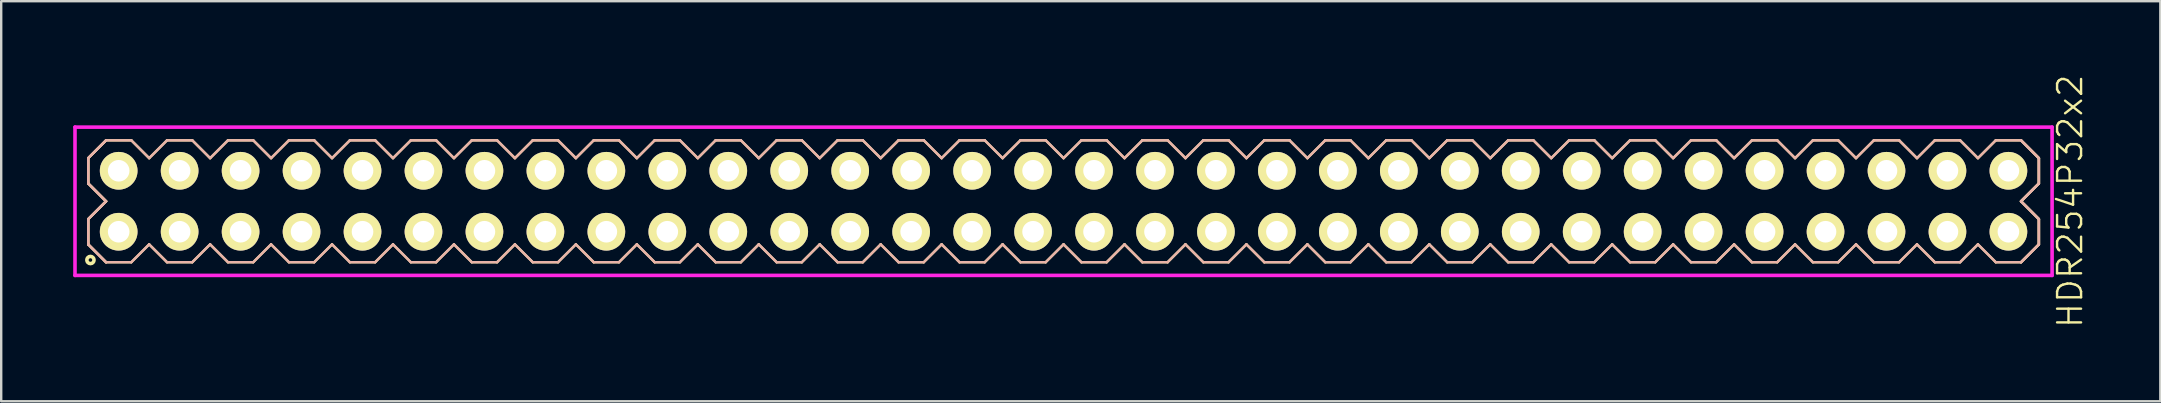
<source format=kicad_pcb>
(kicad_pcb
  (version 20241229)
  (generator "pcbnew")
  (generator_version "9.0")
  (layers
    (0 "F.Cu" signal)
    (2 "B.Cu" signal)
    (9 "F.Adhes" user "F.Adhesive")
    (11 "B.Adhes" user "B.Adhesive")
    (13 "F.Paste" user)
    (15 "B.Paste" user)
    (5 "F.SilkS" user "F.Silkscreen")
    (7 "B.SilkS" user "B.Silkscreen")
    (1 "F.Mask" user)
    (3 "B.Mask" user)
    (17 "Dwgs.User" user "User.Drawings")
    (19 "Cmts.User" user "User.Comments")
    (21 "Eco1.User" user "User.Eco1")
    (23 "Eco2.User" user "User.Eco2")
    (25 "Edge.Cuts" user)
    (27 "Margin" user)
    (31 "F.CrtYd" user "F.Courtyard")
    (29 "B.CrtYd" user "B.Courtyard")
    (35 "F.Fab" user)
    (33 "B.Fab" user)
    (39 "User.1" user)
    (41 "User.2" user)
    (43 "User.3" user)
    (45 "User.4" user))
  (footprint "HDR254P32x2"
    (layer "F.Cu")
    (at 41.265 5.336)
    (property "Reference" "HDR254P32x2" (at 41.94 0 90) (layer "F.SilkS") (effects (font (size 1 1) (thickness 0.1))))
    (attr through_hole)
    (fp_line (start -40.64 -1.796) (end -39.896 -2.54) (stroke (width 0.1) (type solid)) (layer "F.SilkS"))
    (fp_line (start -40.64 -1.796) (end -39.896 -2.54) (stroke (width 0.1) (type solid)) (layer "F.SilkS"))
    (fp_line (start -40.64 -0.744) (end -40.64 -1.796) (stroke (width 0.1) (type solid)) (layer "F.SilkS"))
    (fp_line (start -40.64 -0.744) (end -40.64 -1.796) (stroke (width 0.1) (type solid)) (layer "F.SilkS"))
    (fp_line (start -40.64 0.744) (end -39.896 0) (stroke (width 0.1) (type solid)) (layer "F.SilkS"))
    (fp_line (start -40.64 0.744) (end -39.896 0) (stroke (width 0.1) (type solid)) (layer "F.SilkS"))
    (fp_line (start -40.64 1.796) (end -40.64 0.744) (stroke (width 0.1) (type solid)) (layer "F.SilkS"))
    (fp_line (start -40.64 1.796) (end -40.64 0.744) (stroke (width 0.1) (type solid)) (layer "F.SilkS"))
    (fp_line (start -39.896 -2.54) (end -38.844 -2.54) (stroke (width 0.1) (type solid)) (layer "F.SilkS"))
    (fp_line (start -39.896 0) (end -40.64 -0.744) (stroke (width 0.1) (type solid)) (layer "F.SilkS"))
    (fp_line (start -39.896 0) (end -40.64 -0.744) (stroke (width 0.1) (type solid)) (layer "F.SilkS"))
    (fp_line (start -39.896 2.54) (end -40.64 1.796) (stroke (width 0.1) (type solid)) (layer "F.SilkS"))
    (fp_line (start -39.896 2.54) (end -40.64 1.796) (stroke (width 0.1) (type solid)) (layer "F.SilkS"))
    (fp_line (start -38.844 -2.54) (end -38.1 -1.796) (stroke (width 0.1) (type solid)) (layer "F.SilkS"))
    (fp_line (start -38.844 2.54) (end -39.896 2.54) (stroke (width 0.1) (type solid)) (layer "F.SilkS"))
    (fp_line (start -38.1 -1.796) (end -37.356 -2.54) (stroke (width 0.1) (type solid)) (layer "F.SilkS"))
    (fp_line (start -38.1 1.796) (end -38.844 2.54) (stroke (width 0.1) (type solid)) (layer "F.SilkS"))
    (fp_line (start -37.356 -2.54) (end -36.304 -2.54) (stroke (width 0.1) (type solid)) (layer "F.SilkS"))
    (fp_line (start -37.356 2.54) (end -38.1 1.796) (stroke (width 0.1) (type solid)) (layer "F.SilkS"))
    (fp_line (start -36.304 -2.54) (end -35.56 -1.796) (stroke (width 0.1) (type solid)) (layer "F.SilkS"))
    (fp_line (start -36.304 2.54) (end -37.356 2.54) (stroke (width 0.1) (type solid)) (layer "F.SilkS"))
    (fp_line (start -35.56 -1.796) (end -34.816 -2.54) (stroke (width 0.1) (type solid)) (layer "F.SilkS"))
    (fp_line (start -35.56 1.796) (end -36.304 2.54) (stroke (width 0.1) (type solid)) (layer "F.SilkS"))
    (fp_line (start -34.816 -2.54) (end -33.764 -2.54) (stroke (width 0.1) (type solid)) (layer "F.SilkS"))
    (fp_line (start -34.816 2.54) (end -35.56 1.796) (stroke (width 0.1) (type solid)) (layer "F.SilkS"))
    (fp_line (start -33.764 -2.54) (end -33.02 -1.796) (stroke (width 0.1) (type solid)) (layer "F.SilkS"))
    (fp_line (start -33.764 2.54) (end -34.816 2.54) (stroke (width 0.1) (type solid)) (layer "F.SilkS"))
    (fp_line (start -33.02 -1.796) (end -32.276 -2.54) (stroke (width 0.1) (type solid)) (layer "F.SilkS"))
    (fp_line (start -33.02 1.796) (end -33.764 2.54) (stroke (width 0.1) (type solid)) (layer "F.SilkS"))
    (fp_line (start -32.276 -2.54) (end -31.224 -2.54) (stroke (width 0.1) (type solid)) (layer "F.SilkS"))
    (fp_line (start -32.276 2.54) (end -33.02 1.796) (stroke (width 0.1) (type solid)) (layer "F.SilkS"))
    (fp_line (start -31.224 -2.54) (end -30.48 -1.796) (stroke (width 0.1) (type solid)) (layer "F.SilkS"))
    (fp_line (start -31.224 2.54) (end -32.276 2.54) (stroke (width 0.1) (type solid)) (layer "F.SilkS"))
    (fp_line (start -30.48 -1.796) (end -29.736 -2.54) (stroke (width 0.1) (type solid)) (layer "F.SilkS"))
    (fp_line (start -30.48 1.796) (end -31.224 2.54) (stroke (width 0.1) (type solid)) (layer "F.SilkS"))
    (fp_line (start -29.736 -2.54) (end -28.684 -2.54) (stroke (width 0.1) (type solid)) (layer "F.SilkS"))
    (fp_line (start -29.736 2.54) (end -30.48 1.796) (stroke (width 0.1) (type solid)) (layer "F.SilkS"))
    (fp_line (start -28.684 -2.54) (end -27.94 -1.796) (stroke (width 0.1) (type solid)) (layer "F.SilkS"))
    (fp_line (start -28.684 2.54) (end -29.736 2.54) (stroke (width 0.1) (type solid)) (layer "F.SilkS"))
    (fp_line (start -27.94 -1.796) (end -27.196 -2.54) (stroke (width 0.1) (type solid)) (layer "F.SilkS"))
    (fp_line (start -27.94 1.796) (end -28.684 2.54) (stroke (width 0.1) (type solid)) (layer "F.SilkS"))
    (fp_line (start -27.196 -2.54) (end -26.144 -2.54) (stroke (width 0.1) (type solid)) (layer "F.SilkS"))
    (fp_line (start -27.196 2.54) (end -27.94 1.796) (stroke (width 0.1) (type solid)) (layer "F.SilkS"))
    (fp_line (start -26.144 -2.54) (end -25.4 -1.796) (stroke (width 0.1) (type solid)) (layer "F.SilkS"))
    (fp_line (start -26.144 2.54) (end -27.196 2.54) (stroke (width 0.1) (type solid)) (layer "F.SilkS"))
    (fp_line (start -25.4 -1.796) (end -24.656 -2.54) (stroke (width 0.1) (type solid)) (layer "F.SilkS"))
    (fp_line (start -25.4 1.796) (end -26.144 2.54) (stroke (width 0.1) (type solid)) (layer "F.SilkS"))
    (fp_line (start -24.656 -2.54) (end -23.604 -2.54) (stroke (width 0.1) (type solid)) (layer "F.SilkS"))
    (fp_line (start -24.656 2.54) (end -25.4 1.796) (stroke (width 0.1) (type solid)) (layer "F.SilkS"))
    (fp_line (start -23.604 -2.54) (end -22.86 -1.796) (stroke (width 0.1) (type solid)) (layer "F.SilkS"))
    (fp_line (start -23.604 2.54) (end -24.656 2.54) (stroke (width 0.1) (type solid)) (layer "F.SilkS"))
    (fp_line (start -22.86 -1.796) (end -22.116 -2.54) (stroke (width 0.1) (type solid)) (layer "F.SilkS"))
    (fp_line (start -22.86 1.796) (end -23.604 2.54) (stroke (width 0.1) (type solid)) (layer "F.SilkS"))
    (fp_line (start -22.116 -2.54) (end -21.064 -2.54) (stroke (width 0.1) (type solid)) (layer "F.SilkS"))
    (fp_line (start -22.116 2.54) (end -22.86 1.796) (stroke (width 0.1) (type solid)) (layer "F.SilkS"))
    (fp_line (start -21.064 -2.54) (end -20.32 -1.796) (stroke (width 0.1) (type solid)) (layer "F.SilkS"))
    (fp_line (start -21.064 2.54) (end -22.116 2.54) (stroke (width 0.1) (type solid)) (layer "F.SilkS"))
    (fp_line (start -20.32 -1.796) (end -19.576 -2.54) (stroke (width 0.1) (type solid)) (layer "F.SilkS"))
    (fp_line (start -20.32 1.796) (end -21.064 2.54) (stroke (width 0.1) (type solid)) (layer "F.SilkS"))
    (fp_line (start -19.576 -2.54) (end -18.524 -2.54) (stroke (width 0.1) (type solid)) (layer "F.SilkS"))
    (fp_line (start -19.576 2.54) (end -20.32 1.796) (stroke (width 0.1) (type solid)) (layer "F.SilkS"))
    (fp_line (start -18.524 -2.54) (end -17.78 -1.796) (stroke (width 0.1) (type solid)) (layer "F.SilkS"))
    (fp_line (start -18.524 2.54) (end -19.576 2.54) (stroke (width 0.1) (type solid)) (layer "F.SilkS"))
    (fp_line (start -17.78 -1.796) (end -17.036 -2.54) (stroke (width 0.1) (type solid)) (layer "F.SilkS"))
    (fp_line (start -17.78 1.796) (end -18.524 2.54) (stroke (width 0.1) (type solid)) (layer "F.SilkS"))
    (fp_line (start -17.036 -2.54) (end -15.984 -2.54) (stroke (width 0.1) (type solid)) (layer "F.SilkS"))
    (fp_line (start -17.036 2.54) (end -17.78 1.796) (stroke (width 0.1) (type solid)) (layer "F.SilkS"))
    (fp_line (start -15.984 -2.54) (end -15.24 -1.796) (stroke (width 0.1) (type solid)) (layer "F.SilkS"))
    (fp_line (start -15.984 2.54) (end -17.036 2.54) (stroke (width 0.1) (type solid)) (layer "F.SilkS"))
    (fp_line (start -15.24 -1.796) (end -14.496 -2.54) (stroke (width 0.1) (type solid)) (layer "F.SilkS"))
    (fp_line (start -15.24 1.796) (end -15.984 2.54) (stroke (width 0.1) (type solid)) (layer "F.SilkS"))
    (fp_line (start -14.496 -2.54) (end -13.444 -2.54) (stroke (width 0.1) (type solid)) (layer "F.SilkS"))
    (fp_line (start -14.496 2.54) (end -15.24 1.796) (stroke (width 0.1) (type solid)) (layer "F.SilkS"))
    (fp_line (start -13.444 -2.54) (end -12.7 -1.796) (stroke (width 0.1) (type solid)) (layer "F.SilkS"))
    (fp_line (start -13.444 2.54) (end -14.496 2.54) (stroke (width 0.1) (type solid)) (layer "F.SilkS"))
    (fp_line (start -12.7 -1.796) (end -11.956 -2.54) (stroke (width 0.1) (type solid)) (layer "F.SilkS"))
    (fp_line (start -12.7 1.796) (end -13.444 2.54) (stroke (width 0.1) (type solid)) (layer "F.SilkS"))
    (fp_line (start -11.956 -2.54) (end -10.904 -2.54) (stroke (width 0.1) (type solid)) (layer "F.SilkS"))
    (fp_line (start -11.956 2.54) (end -12.7 1.796) (stroke (width 0.1) (type solid)) (layer "F.SilkS"))
    (fp_line (start -10.904 -2.54) (end -10.16 -1.796) (stroke (width 0.1) (type solid)) (layer "F.SilkS"))
    (fp_line (start -10.904 2.54) (end -11.956 2.54) (stroke (width 0.1) (type solid)) (layer "F.SilkS"))
    (fp_line (start -10.16 -1.796) (end -9.416 -2.54) (stroke (width 0.1) (type solid)) (layer "F.SilkS"))
    (fp_line (start -10.16 1.796) (end -10.904 2.54) (stroke (width 0.1) (type solid)) (layer "F.SilkS"))
    (fp_line (start -9.416 -2.54) (end -8.364 -2.54) (stroke (width 0.1) (type solid)) (layer "F.SilkS"))
    (fp_line (start -9.416 2.54) (end -10.16 1.796) (stroke (width 0.1) (type solid)) (layer "F.SilkS"))
    (fp_line (start -8.364 -2.54) (end -7.62 -1.796) (stroke (width 0.1) (type solid)) (layer "F.SilkS"))
    (fp_line (start -8.364 2.54) (end -9.416 2.54) (stroke (width 0.1) (type solid)) (layer "F.SilkS"))
    (fp_line (start -7.62 -1.796) (end -6.876 -2.54) (stroke (width 0.1) (type solid)) (layer "F.SilkS"))
    (fp_line (start -7.62 1.796) (end -8.364 2.54) (stroke (width 0.1) (type solid)) (layer "F.SilkS"))
    (fp_line (start -6.876 -2.54) (end -5.824 -2.54) (stroke (width 0.1) (type solid)) (layer "F.SilkS"))
    (fp_line (start -6.876 2.54) (end -7.62 1.796) (stroke (width 0.1) (type solid)) (layer "F.SilkS"))
    (fp_line (start -5.824 -2.54) (end -5.08 -1.796) (stroke (width 0.1) (type solid)) (layer "F.SilkS"))
    (fp_line (start -5.824 2.54) (end -6.876 2.54) (stroke (width 0.1) (type solid)) (layer "F.SilkS"))
    (fp_line (start -5.08 -1.796) (end -4.336 -2.54) (stroke (width 0.1) (type solid)) (layer "F.SilkS"))
    (fp_line (start -5.08 1.796) (end -5.824 2.54) (stroke (width 0.1) (type solid)) (layer "F.SilkS"))
    (fp_line (start -4.336 -2.54) (end -3.284 -2.54) (stroke (width 0.1) (type solid)) (layer "F.SilkS"))
    (fp_line (start -4.336 2.54) (end -5.08 1.796) (stroke (width 0.1) (type solid)) (layer "F.SilkS"))
    (fp_line (start -3.284 -2.54) (end -2.54 -1.796) (stroke (width 0.1) (type solid)) (layer "F.SilkS"))
    (fp_line (start -3.284 2.54) (end -4.336 2.54) (stroke (width 0.1) (type solid)) (layer "F.SilkS"))
    (fp_line (start -2.54 -1.796) (end -1.796 -2.54) (stroke (width 0.1) (type solid)) (layer "F.SilkS"))
    (fp_line (start -2.54 1.796) (end -3.284 2.54) (stroke (width 0.1) (type solid)) (layer "F.SilkS"))
    (fp_line (start -1.796 -2.54) (end -0.744 -2.54) (stroke (width 0.1) (type solid)) (layer "F.SilkS"))
    (fp_line (start -1.796 2.54) (end -2.54 1.796) (stroke (width 0.1) (type solid)) (layer "F.SilkS"))
    (fp_line (start -0.744 -2.54) (end 0 -1.796) (stroke (width 0.1) (type solid)) (layer "F.SilkS"))
    (fp_line (start -0.744 2.54) (end -1.796 2.54) (stroke (width 0.1) (type solid)) (layer "F.SilkS"))
    (fp_line (start 0 -1.796) (end 0.744 -2.54) (stroke (width 0.1) (type solid)) (layer "F.SilkS"))
    (fp_line (start 0 1.796) (end -0.744 2.54) (stroke (width 0.1) (type solid)) (layer "F.SilkS"))
    (fp_line (start 0.744 -2.54) (end 1.796 -2.54) (stroke (width 0.1) (type solid)) (layer "F.SilkS"))
    (fp_line (start 0.744 2.54) (end 0 1.796) (stroke (width 0.1) (type solid)) (layer "F.SilkS"))
    (fp_line (start 1.796 -2.54) (end 2.54 -1.796) (stroke (width 0.1) (type solid)) (layer "F.SilkS"))
    (fp_line (start 1.796 2.54) (end 0.744 2.54) (stroke (width 0.1) (type solid)) (layer "F.SilkS"))
    (fp_line (start 2.54 -1.796) (end 3.284 -2.54) (stroke (width 0.1) (type solid)) (layer "F.SilkS"))
    (fp_line (start 2.54 1.796) (end 1.796 2.54) (stroke (width 0.1) (type solid)) (layer "F.SilkS"))
    (fp_line (start 3.284 -2.54) (end 4.336 -2.54) (stroke (width 0.1) (type solid)) (layer "F.SilkS"))
    (fp_line (start 3.284 2.54) (end 2.54 1.796) (stroke (width 0.1) (type solid)) (layer "F.SilkS"))
    (fp_line (start 4.336 -2.54) (end 5.08 -1.796) (stroke (width 0.1) (type solid)) (layer "F.SilkS"))
    (fp_line (start 4.336 2.54) (end 3.284 2.54) (stroke (width 0.1) (type solid)) (layer "F.SilkS"))
    (fp_line (start 5.08 -1.796) (end 5.824 -2.54) (stroke (width 0.1) (type solid)) (layer "F.SilkS"))
    (fp_line (start 5.08 1.796) (end 4.336 2.54) (stroke (width 0.1) (type solid)) (layer "F.SilkS"))
    (fp_line (start 5.824 -2.54) (end 6.876 -2.54) (stroke (width 0.1) (type solid)) (layer "F.SilkS"))
    (fp_line (start 5.824 2.54) (end 5.08 1.796) (stroke (width 0.1) (type solid)) (layer "F.SilkS"))
    (fp_line (start 6.876 -2.54) (end 7.62 -1.796) (stroke (width 0.1) (type solid)) (layer "F.SilkS"))
    (fp_line (start 6.876 2.54) (end 5.824 2.54) (stroke (width 0.1) (type solid)) (layer "F.SilkS"))
    (fp_line (start 7.62 -1.796) (end 8.364 -2.54) (stroke (width 0.1) (type solid)) (layer "F.SilkS"))
    (fp_line (start 7.62 1.796) (end 6.876 2.54) (stroke (width 0.1) (type solid)) (layer "F.SilkS"))
    (fp_line (start 8.364 -2.54) (end 9.416 -2.54) (stroke (width 0.1) (type solid)) (layer "F.SilkS"))
    (fp_line (start 8.364 2.54) (end 7.62 1.796) (stroke (width 0.1) (type solid)) (layer "F.SilkS"))
    (fp_line (start 9.416 -2.54) (end 10.16 -1.796) (stroke (width 0.1) (type solid)) (layer "F.SilkS"))
    (fp_line (start 9.416 2.54) (end 8.364 2.54) (stroke (width 0.1) (type solid)) (layer "F.SilkS"))
    (fp_line (start 10.16 -1.796) (end 10.904 -2.54) (stroke (width 0.1) (type solid)) (layer "F.SilkS"))
    (fp_line (start 10.16 1.796) (end 9.416 2.54) (stroke (width 0.1) (type solid)) (layer "F.SilkS"))
    (fp_line (start 10.904 -2.54) (end 11.956 -2.54) (stroke (width 0.1) (type solid)) (layer "F.SilkS"))
    (fp_line (start 10.904 2.54) (end 10.16 1.796) (stroke (width 0.1) (type solid)) (layer "F.SilkS"))
    (fp_line (start 11.956 -2.54) (end 12.7 -1.796) (stroke (width 0.1) (type solid)) (layer "F.SilkS"))
    (fp_line (start 11.956 2.54) (end 10.904 2.54) (stroke (width 0.1) (type solid)) (layer "F.SilkS"))
    (fp_line (start 12.7 -1.796) (end 13.444 -2.54) (stroke (width 0.1) (type solid)) (layer "F.SilkS"))
    (fp_line (start 12.7 1.796) (end 11.956 2.54) (stroke (width 0.1) (type solid)) (layer "F.SilkS"))
    (fp_line (start 13.444 -2.54) (end 14.496 -2.54) (stroke (width 0.1) (type solid)) (layer "F.SilkS"))
    (fp_line (start 13.444 2.54) (end 12.7 1.796) (stroke (width 0.1) (type solid)) (layer "F.SilkS"))
    (fp_line (start 14.496 -2.54) (end 15.24 -1.796) (stroke (width 0.1) (type solid)) (layer "F.SilkS"))
    (fp_line (start 14.496 2.54) (end 13.444 2.54) (stroke (width 0.1) (type solid)) (layer "F.SilkS"))
    (fp_line (start 15.24 -1.796) (end 15.984 -2.54) (stroke (width 0.1) (type solid)) (layer "F.SilkS"))
    (fp_line (start 15.24 1.796) (end 14.496 2.54) (stroke (width 0.1) (type solid)) (layer "F.SilkS"))
    (fp_line (start 15.984 -2.54) (end 17.036 -2.54) (stroke (width 0.1) (type solid)) (layer "F.SilkS"))
    (fp_line (start 15.984 2.54) (end 15.24 1.796) (stroke (width 0.1) (type solid)) (layer "F.SilkS"))
    (fp_line (start 17.036 -2.54) (end 17.78 -1.796) (stroke (width 0.1) (type solid)) (layer "F.SilkS"))
    (fp_line (start 17.036 2.54) (end 15.984 2.54) (stroke (width 0.1) (type solid)) (layer "F.SilkS"))
    (fp_line (start 17.78 -1.796) (end 18.524 -2.54) (stroke (width 0.1) (type solid)) (layer "F.SilkS"))
    (fp_line (start 17.78 1.796) (end 17.036 2.54) (stroke (width 0.1) (type solid)) (layer "F.SilkS"))
    (fp_line (start 18.524 -2.54) (end 19.576 -2.54) (stroke (width 0.1) (type solid)) (layer "F.SilkS"))
    (fp_line (start 18.524 2.54) (end 17.78 1.796) (stroke (width 0.1) (type solid)) (layer "F.SilkS"))
    (fp_line (start 19.576 -2.54) (end 20.32 -1.796) (stroke (width 0.1) (type solid)) (layer "F.SilkS"))
    (fp_line (start 19.576 2.54) (end 18.524 2.54) (stroke (width 0.1) (type solid)) (layer "F.SilkS"))
    (fp_line (start 20.32 -1.796) (end 21.064 -2.54) (stroke (width 0.1) (type solid)) (layer "F.SilkS"))
    (fp_line (start 20.32 1.796) (end 19.576 2.54) (stroke (width 0.1) (type solid)) (layer "F.SilkS"))
    (fp_line (start 21.064 -2.54) (end 22.116 -2.54) (stroke (width 0.1) (type solid)) (layer "F.SilkS"))
    (fp_line (start 21.064 2.54) (end 20.32 1.796) (stroke (width 0.1) (type solid)) (layer "F.SilkS"))
    (fp_line (start 22.116 -2.54) (end 22.86 -1.796) (stroke (width 0.1) (type solid)) (layer "F.SilkS"))
    (fp_line (start 22.116 2.54) (end 21.064 2.54) (stroke (width 0.1) (type solid)) (layer "F.SilkS"))
    (fp_line (start 22.86 -1.796) (end 23.604 -2.54) (stroke (width 0.1) (type solid)) (layer "F.SilkS"))
    (fp_line (start 22.86 1.796) (end 22.116 2.54) (stroke (width 0.1) (type solid)) (layer "F.SilkS"))
    (fp_line (start 23.604 -2.54) (end 24.656 -2.54) (stroke (width 0.1) (type solid)) (layer "F.SilkS"))
    (fp_line (start 23.604 2.54) (end 22.86 1.796) (stroke (width 0.1) (type solid)) (layer "F.SilkS"))
    (fp_line (start 24.656 -2.54) (end 25.4 -1.796) (stroke (width 0.1) (type solid)) (layer "F.SilkS"))
    (fp_line (start 24.656 2.54) (end 23.604 2.54) (stroke (width 0.1) (type solid)) (layer "F.SilkS"))
    (fp_line (start 25.4 -1.796) (end 26.144 -2.54) (stroke (width 0.1) (type solid)) (layer "F.SilkS"))
    (fp_line (start 25.4 1.796) (end 24.656 2.54) (stroke (width 0.1) (type solid)) (layer "F.SilkS"))
    (fp_line (start 26.144 -2.54) (end 27.196 -2.54) (stroke (width 0.1) (type solid)) (layer "F.SilkS"))
    (fp_line (start 26.144 2.54) (end 25.4 1.796) (stroke (width 0.1) (type solid)) (layer "F.SilkS"))
    (fp_line (start 27.196 -2.54) (end 27.94 -1.796) (stroke (width 0.1) (type solid)) (layer "F.SilkS"))
    (fp_line (start 27.196 2.54) (end 26.144 2.54) (stroke (width 0.1) (type solid)) (layer "F.SilkS"))
    (fp_line (start 27.94 -1.796) (end 28.684 -2.54) (stroke (width 0.1) (type solid)) (layer "F.SilkS"))
    (fp_line (start 27.94 1.796) (end 27.196 2.54) (stroke (width 0.1) (type solid)) (layer "F.SilkS"))
    (fp_line (start 28.684 -2.54) (end 29.736 -2.54) (stroke (width 0.1) (type solid)) (layer "F.SilkS"))
    (fp_line (start 28.684 2.54) (end 27.94 1.796) (stroke (width 0.1) (type solid)) (layer "F.SilkS"))
    (fp_line (start 29.736 -2.54) (end 30.48 -1.796) (stroke (width 0.1) (type solid)) (layer "F.SilkS"))
    (fp_line (start 29.736 2.54) (end 28.684 2.54) (stroke (width 0.1) (type solid)) (layer "F.SilkS"))
    (fp_line (start 30.48 -1.796) (end 31.224 -2.54) (stroke (width 0.1) (type solid)) (layer "F.SilkS"))
    (fp_line (start 30.48 1.796) (end 29.736 2.54) (stroke (width 0.1) (type solid)) (layer "F.SilkS"))
    (fp_line (start 31.224 -2.54) (end 32.276 -2.54) (stroke (width 0.1) (type solid)) (layer "F.SilkS"))
    (fp_line (start 31.224 2.54) (end 30.48 1.796) (stroke (width 0.1) (type solid)) (layer "F.SilkS"))
    (fp_line (start 32.276 -2.54) (end 33.02 -1.796) (stroke (width 0.1) (type solid)) (layer "F.SilkS"))
    (fp_line (start 32.276 2.54) (end 31.224 2.54) (stroke (width 0.1) (type solid)) (layer "F.SilkS"))
    (fp_line (start 33.02 -1.796) (end 33.764 -2.54) (stroke (width 0.1) (type solid)) (layer "F.SilkS"))
    (fp_line (start 33.02 1.796) (end 32.276 2.54) (stroke (width 0.1) (type solid)) (layer "F.SilkS"))
    (fp_line (start 33.764 -2.54) (end 34.816 -2.54) (stroke (width 0.1) (type solid)) (layer "F.SilkS"))
    (fp_line (start 33.764 2.54) (end 33.02 1.796) (stroke (width 0.1) (type solid)) (layer "F.SilkS"))
    (fp_line (start 34.816 -2.54) (end 35.56 -1.796) (stroke (width 0.1) (type solid)) (layer "F.SilkS"))
    (fp_line (start 34.816 2.54) (end 33.764 2.54) (stroke (width 0.1) (type solid)) (layer "F.SilkS"))
    (fp_line (start 35.56 -1.796) (end 36.304 -2.54) (stroke (width 0.1) (type solid)) (layer "F.SilkS"))
    (fp_line (start 35.56 1.796) (end 34.816 2.54) (stroke (width 0.1) (type solid)) (layer "F.SilkS"))
    (fp_line (start 36.304 -2.54) (end 37.356 -2.54) (stroke (width 0.1) (type solid)) (layer "F.SilkS"))
    (fp_line (start 36.304 2.54) (end 35.56 1.796) (stroke (width 0.1) (type solid)) (layer "F.SilkS"))
    (fp_line (start 37.356 -2.54) (end 38.1 -1.796) (stroke (width 0.1) (type solid)) (layer "F.SilkS"))
    (fp_line (start 37.356 2.54) (end 36.304 2.54) (stroke (width 0.1) (type solid)) (layer "F.SilkS"))
    (fp_line (start 38.1 -1.796) (end 38.844 -2.54) (stroke (width 0.1) (type solid)) (layer "F.SilkS"))
    (fp_line (start 38.1 1.796) (end 37.356 2.54) (stroke (width 0.1) (type solid)) (layer "F.SilkS"))
    (fp_line (start 38.844 -2.54) (end 39.896 -2.54) (stroke (width 0.1) (type solid)) (layer "F.SilkS"))
    (fp_line (start 38.844 2.54) (end 38.1 1.796) (stroke (width 0.1) (type solid)) (layer "F.SilkS"))
    (fp_line (start 39.896 -2.54) (end 40.64 -1.796) (stroke (width 0.1) (type solid)) (layer "F.SilkS"))
    (fp_line (start 39.896 -2.54) (end 40.64 -1.796) (stroke (width 0.1) (type solid)) (layer "F.SilkS"))
    (fp_line (start 39.896 0) (end 40.64 0.744) (stroke (width 0.1) (type solid)) (layer "F.SilkS"))
    (fp_line (start 39.896 0) (end 40.64 0.744) (stroke (width 0.1) (type solid)) (layer "F.SilkS"))
    (fp_line (start 39.896 2.54) (end 38.844 2.54) (stroke (width 0.1) (type solid)) (layer "F.SilkS"))
    (fp_line (start 40.64 -1.796) (end 40.64 -0.744) (stroke (width 0.1) (type solid)) (layer "F.SilkS"))
    (fp_line (start 40.64 -1.796) (end 40.64 -0.744) (stroke (width 0.1) (type solid)) (layer "F.SilkS"))
    (fp_line (start 40.64 -0.744) (end 39.896 0) (stroke (width 0.1) (type solid)) (layer "F.SilkS"))
    (fp_line (start 40.64 -0.744) (end 39.896 0) (stroke (width 0.1) (type solid)) (layer "F.SilkS"))
    (fp_line (start 40.64 0.744) (end 40.64 1.796) (stroke (width 0.1) (type solid)) (layer "F.SilkS"))
    (fp_line (start 40.64 0.744) (end 40.64 1.796) (stroke (width 0.1) (type solid)) (layer "F.SilkS"))
    (fp_line (start 40.64 1.796) (end 39.896 2.54) (stroke (width 0.1) (type solid)) (layer "F.SilkS"))
    (fp_line (start 40.64 1.796) (end 39.896 2.54) (stroke (width 0.1) (type solid)) (layer "F.SilkS"))
    (fp_circle (center -40.547 2.448) (end -40.397 2.448) (stroke (width 0.15) (type solid)) (fill no) (layer "F.SilkS"))
    (fp_line (start -40.64 -1.796) (end -39.896 -2.54) (stroke (width 0.1) (type solid)) (layer "B.SilkS"))
    (fp_line (start -40.64 -1.796) (end -39.896 -2.54) (stroke (width 0.1) (type solid)) (layer "B.SilkS"))
    (fp_line (start -40.64 -0.744) (end -40.64 -1.796) (stroke (width 0.1) (type solid)) (layer "B.SilkS"))
    (fp_line (start -40.64 -0.744) (end -40.64 -1.796) (stroke (width 0.1) (type solid)) (layer "B.SilkS"))
    (fp_line (start -40.64 0.744) (end -39.896 0) (stroke (width 0.1) (type solid)) (layer "B.SilkS"))
    (fp_line (start -40.64 0.744) (end -39.896 0) (stroke (width 0.1) (type solid)) (layer "B.SilkS"))
    (fp_line (start -40.64 1.796) (end -40.64 0.744) (stroke (width 0.1) (type solid)) (layer "B.SilkS"))
    (fp_line (start -40.64 1.796) (end -40.64 0.744) (stroke (width 0.1) (type solid)) (layer "B.SilkS"))
    (fp_line (start -39.896 -2.54) (end -38.844 -2.54) (stroke (width 0.1) (type solid)) (layer "B.SilkS"))
    (fp_line (start -39.896 0) (end -40.64 -0.744) (stroke (width 0.1) (type solid)) (layer "B.SilkS"))
    (fp_line (start -39.896 0) (end -40.64 -0.744) (stroke (width 0.1) (type solid)) (layer "B.SilkS"))
    (fp_line (start -39.896 2.54) (end -40.64 1.796) (stroke (width 0.1) (type solid)) (layer "B.SilkS"))
    (fp_line (start -39.896 2.54) (end -40.64 1.796) (stroke (width 0.1) (type solid)) (layer "B.SilkS"))
    (fp_line (start -38.844 -2.54) (end -38.1 -1.796) (stroke (width 0.1) (type solid)) (layer "B.SilkS"))
    (fp_line (start -38.844 2.54) (end -39.896 2.54) (stroke (width 0.1) (type solid)) (layer "B.SilkS"))
    (fp_line (start -38.1 -1.796) (end -37.356 -2.54) (stroke (width 0.1) (type solid)) (layer "B.SilkS"))
    (fp_line (start -38.1 1.796) (end -38.844 2.54) (stroke (width 0.1) (type solid)) (layer "B.SilkS"))
    (fp_line (start -37.356 -2.54) (end -36.304 -2.54) (stroke (width 0.1) (type solid)) (layer "B.SilkS"))
    (fp_line (start -37.356 2.54) (end -38.1 1.796) (stroke (width 0.1) (type solid)) (layer "B.SilkS"))
    (fp_line (start -36.304 -2.54) (end -35.56 -1.796) (stroke (width 0.1) (type solid)) (layer "B.SilkS"))
    (fp_line (start -36.304 2.54) (end -37.356 2.54) (stroke (width 0.1) (type solid)) (layer "B.SilkS"))
    (fp_line (start -35.56 -1.796) (end -34.816 -2.54) (stroke (width 0.1) (type solid)) (layer "B.SilkS"))
    (fp_line (start -35.56 1.796) (end -36.304 2.54) (stroke (width 0.1) (type solid)) (layer "B.SilkS"))
    (fp_line (start -34.816 -2.54) (end -33.764 -2.54) (stroke (width 0.1) (type solid)) (layer "B.SilkS"))
    (fp_line (start -34.816 2.54) (end -35.56 1.796) (stroke (width 0.1) (type solid)) (layer "B.SilkS"))
    (fp_line (start -33.764 -2.54) (end -33.02 -1.796) (stroke (width 0.1) (type solid)) (layer "B.SilkS"))
    (fp_line (start -33.764 2.54) (end -34.816 2.54) (stroke (width 0.1) (type solid)) (layer "B.SilkS"))
    (fp_line (start -33.02 -1.796) (end -32.276 -2.54) (stroke (width 0.1) (type solid)) (layer "B.SilkS"))
    (fp_line (start -33.02 1.796) (end -33.764 2.54) (stroke (width 0.1) (type solid)) (layer "B.SilkS"))
    (fp_line (start -32.276 -2.54) (end -31.224 -2.54) (stroke (width 0.1) (type solid)) (layer "B.SilkS"))
    (fp_line (start -32.276 2.54) (end -33.02 1.796) (stroke (width 0.1) (type solid)) (layer "B.SilkS"))
    (fp_line (start -31.224 -2.54) (end -30.48 -1.796) (stroke (width 0.1) (type solid)) (layer "B.SilkS"))
    (fp_line (start -31.224 2.54) (end -32.276 2.54) (stroke (width 0.1) (type solid)) (layer "B.SilkS"))
    (fp_line (start -30.48 -1.796) (end -29.736 -2.54) (stroke (width 0.1) (type solid)) (layer "B.SilkS"))
    (fp_line (start -30.48 1.796) (end -31.224 2.54) (stroke (width 0.1) (type solid)) (layer "B.SilkS"))
    (fp_line (start -29.736 -2.54) (end -28.684 -2.54) (stroke (width 0.1) (type solid)) (layer "B.SilkS"))
    (fp_line (start -29.736 2.54) (end -30.48 1.796) (stroke (width 0.1) (type solid)) (layer "B.SilkS"))
    (fp_line (start -28.684 -2.54) (end -27.94 -1.796) (stroke (width 0.1) (type solid)) (layer "B.SilkS"))
    (fp_line (start -28.684 2.54) (end -29.736 2.54) (stroke (width 0.1) (type solid)) (layer "B.SilkS"))
    (fp_line (start -27.94 -1.796) (end -27.196 -2.54) (stroke (width 0.1) (type solid)) (layer "B.SilkS"))
    (fp_line (start -27.94 1.796) (end -28.684 2.54) (stroke (width 0.1) (type solid)) (layer "B.SilkS"))
    (fp_line (start -27.196 -2.54) (end -26.144 -2.54) (stroke (width 0.1) (type solid)) (layer "B.SilkS"))
    (fp_line (start -27.196 2.54) (end -27.94 1.796) (stroke (width 0.1) (type solid)) (layer "B.SilkS"))
    (fp_line (start -26.144 -2.54) (end -25.4 -1.796) (stroke (width 0.1) (type solid)) (layer "B.SilkS"))
    (fp_line (start -26.144 2.54) (end -27.196 2.54) (stroke (width 0.1) (type solid)) (layer "B.SilkS"))
    (fp_line (start -25.4 -1.796) (end -24.656 -2.54) (stroke (width 0.1) (type solid)) (layer "B.SilkS"))
    (fp_line (start -25.4 1.796) (end -26.144 2.54) (stroke (width 0.1) (type solid)) (layer "B.SilkS"))
    (fp_line (start -24.656 -2.54) (end -23.604 -2.54) (stroke (width 0.1) (type solid)) (layer "B.SilkS"))
    (fp_line (start -24.656 2.54) (end -25.4 1.796) (stroke (width 0.1) (type solid)) (layer "B.SilkS"))
    (fp_line (start -23.604 -2.54) (end -22.86 -1.796) (stroke (width 0.1) (type solid)) (layer "B.SilkS"))
    (fp_line (start -23.604 2.54) (end -24.656 2.54) (stroke (width 0.1) (type solid)) (layer "B.SilkS"))
    (fp_line (start -22.86 -1.796) (end -22.116 -2.54) (stroke (width 0.1) (type solid)) (layer "B.SilkS"))
    (fp_line (start -22.86 1.796) (end -23.604 2.54) (stroke (width 0.1) (type solid)) (layer "B.SilkS"))
    (fp_line (start -22.116 -2.54) (end -21.064 -2.54) (stroke (width 0.1) (type solid)) (layer "B.SilkS"))
    (fp_line (start -22.116 2.54) (end -22.86 1.796) (stroke (width 0.1) (type solid)) (layer "B.SilkS"))
    (fp_line (start -21.064 -2.54) (end -20.32 -1.796) (stroke (width 0.1) (type solid)) (layer "B.SilkS"))
    (fp_line (start -21.064 2.54) (end -22.116 2.54) (stroke (width 0.1) (type solid)) (layer "B.SilkS"))
    (fp_line (start -20.32 -1.796) (end -19.576 -2.54) (stroke (width 0.1) (type solid)) (layer "B.SilkS"))
    (fp_line (start -20.32 1.796) (end -21.064 2.54) (stroke (width 0.1) (type solid)) (layer "B.SilkS"))
    (fp_line (start -19.576 -2.54) (end -18.524 -2.54) (stroke (width 0.1) (type solid)) (layer "B.SilkS"))
    (fp_line (start -19.576 2.54) (end -20.32 1.796) (stroke (width 0.1) (type solid)) (layer "B.SilkS"))
    (fp_line (start -18.524 -2.54) (end -17.78 -1.796) (stroke (width 0.1) (type solid)) (layer "B.SilkS"))
    (fp_line (start -18.524 2.54) (end -19.576 2.54) (stroke (width 0.1) (type solid)) (layer "B.SilkS"))
    (fp_line (start -17.78 -1.796) (end -17.036 -2.54) (stroke (width 0.1) (type solid)) (layer "B.SilkS"))
    (fp_line (start -17.78 1.796) (end -18.524 2.54) (stroke (width 0.1) (type solid)) (layer "B.SilkS"))
    (fp_line (start -17.036 -2.54) (end -15.984 -2.54) (stroke (width 0.1) (type solid)) (layer "B.SilkS"))
    (fp_line (start -17.036 2.54) (end -17.78 1.796) (stroke (width 0.1) (type solid)) (layer "B.SilkS"))
    (fp_line (start -15.984 -2.54) (end -15.24 -1.796) (stroke (width 0.1) (type solid)) (layer "B.SilkS"))
    (fp_line (start -15.984 2.54) (end -17.036 2.54) (stroke (width 0.1) (type solid)) (layer "B.SilkS"))
    (fp_line (start -15.24 -1.796) (end -14.496 -2.54) (stroke (width 0.1) (type solid)) (layer "B.SilkS"))
    (fp_line (start -15.24 1.796) (end -15.984 2.54) (stroke (width 0.1) (type solid)) (layer "B.SilkS"))
    (fp_line (start -14.496 -2.54) (end -13.444 -2.54) (stroke (width 0.1) (type solid)) (layer "B.SilkS"))
    (fp_line (start -14.496 2.54) (end -15.24 1.796) (stroke (width 0.1) (type solid)) (layer "B.SilkS"))
    (fp_line (start -13.444 -2.54) (end -12.7 -1.796) (stroke (width 0.1) (type solid)) (layer "B.SilkS"))
    (fp_line (start -13.444 2.54) (end -14.496 2.54) (stroke (width 0.1) (type solid)) (layer "B.SilkS"))
    (fp_line (start -12.7 -1.796) (end -11.956 -2.54) (stroke (width 0.1) (type solid)) (layer "B.SilkS"))
    (fp_line (start -12.7 1.796) (end -13.444 2.54) (stroke (width 0.1) (type solid)) (layer "B.SilkS"))
    (fp_line (start -11.956 -2.54) (end -10.904 -2.54) (stroke (width 0.1) (type solid)) (layer "B.SilkS"))
    (fp_line (start -11.956 2.54) (end -12.7 1.796) (stroke (width 0.1) (type solid)) (layer "B.SilkS"))
    (fp_line (start -10.904 -2.54) (end -10.16 -1.796) (stroke (width 0.1) (type solid)) (layer "B.SilkS"))
    (fp_line (start -10.904 2.54) (end -11.956 2.54) (stroke (width 0.1) (type solid)) (layer "B.SilkS"))
    (fp_line (start -10.16 -1.796) (end -9.416 -2.54) (stroke (width 0.1) (type solid)) (layer "B.SilkS"))
    (fp_line (start -10.16 1.796) (end -10.904 2.54) (stroke (width 0.1) (type solid)) (layer "B.SilkS"))
    (fp_line (start -9.416 -2.54) (end -8.364 -2.54) (stroke (width 0.1) (type solid)) (layer "B.SilkS"))
    (fp_line (start -9.416 2.54) (end -10.16 1.796) (stroke (width 0.1) (type solid)) (layer "B.SilkS"))
    (fp_line (start -8.364 -2.54) (end -7.62 -1.796) (stroke (width 0.1) (type solid)) (layer "B.SilkS"))
    (fp_line (start -8.364 2.54) (end -9.416 2.54) (stroke (width 0.1) (type solid)) (layer "B.SilkS"))
    (fp_line (start -7.62 -1.796) (end -6.876 -2.54) (stroke (width 0.1) (type solid)) (layer "B.SilkS"))
    (fp_line (start -7.62 1.796) (end -8.364 2.54) (stroke (width 0.1) (type solid)) (layer "B.SilkS"))
    (fp_line (start -6.876 -2.54) (end -5.824 -2.54) (stroke (width 0.1) (type solid)) (layer "B.SilkS"))
    (fp_line (start -6.876 2.54) (end -7.62 1.796) (stroke (width 0.1) (type solid)) (layer "B.SilkS"))
    (fp_line (start -5.824 -2.54) (end -5.08 -1.796) (stroke (width 0.1) (type solid)) (layer "B.SilkS"))
    (fp_line (start -5.824 2.54) (end -6.876 2.54) (stroke (width 0.1) (type solid)) (layer "B.SilkS"))
    (fp_line (start -5.08 -1.796) (end -4.336 -2.54) (stroke (width 0.1) (type solid)) (layer "B.SilkS"))
    (fp_line (start -5.08 1.796) (end -5.824 2.54) (stroke (width 0.1) (type solid)) (layer "B.SilkS"))
    (fp_line (start -4.336 -2.54) (end -3.284 -2.54) (stroke (width 0.1) (type solid)) (layer "B.SilkS"))
    (fp_line (start -4.336 2.54) (end -5.08 1.796) (stroke (width 0.1) (type solid)) (layer "B.SilkS"))
    (fp_line (start -3.284 -2.54) (end -2.54 -1.796) (stroke (width 0.1) (type solid)) (layer "B.SilkS"))
    (fp_line (start -3.284 2.54) (end -4.336 2.54) (stroke (width 0.1) (type solid)) (layer "B.SilkS"))
    (fp_line (start -2.54 -1.796) (end -1.796 -2.54) (stroke (width 0.1) (type solid)) (layer "B.SilkS"))
    (fp_line (start -2.54 1.796) (end -3.284 2.54) (stroke (width 0.1) (type solid)) (layer "B.SilkS"))
    (fp_line (start -1.796 -2.54) (end -0.744 -2.54) (stroke (width 0.1) (type solid)) (layer "B.SilkS"))
    (fp_line (start -1.796 2.54) (end -2.54 1.796) (stroke (width 0.1) (type solid)) (layer "B.SilkS"))
    (fp_line (start -0.744 -2.54) (end 0 -1.796) (stroke (width 0.1) (type solid)) (layer "B.SilkS"))
    (fp_line (start -0.744 2.54) (end -1.796 2.54) (stroke (width 0.1) (type solid)) (layer "B.SilkS"))
    (fp_line (start 0 -1.796) (end 0.744 -2.54) (stroke (width 0.1) (type solid)) (layer "B.SilkS"))
    (fp_line (start 0 1.796) (end -0.744 2.54) (stroke (width 0.1) (type solid)) (layer "B.SilkS"))
    (fp_line (start 0.744 -2.54) (end 1.796 -2.54) (stroke (width 0.1) (type solid)) (layer "B.SilkS"))
    (fp_line (start 0.744 2.54) (end 0 1.796) (stroke (width 0.1) (type solid)) (layer "B.SilkS"))
    (fp_line (start 1.796 -2.54) (end 2.54 -1.796) (stroke (width 0.1) (type solid)) (layer "B.SilkS"))
    (fp_line (start 1.796 2.54) (end 0.744 2.54) (stroke (width 0.1) (type solid)) (layer "B.SilkS"))
    (fp_line (start 2.54 -1.796) (end 3.284 -2.54) (stroke (width 0.1) (type solid)) (layer "B.SilkS"))
    (fp_line (start 2.54 1.796) (end 1.796 2.54) (stroke (width 0.1) (type solid)) (layer "B.SilkS"))
    (fp_line (start 3.284 -2.54) (end 4.336 -2.54) (stroke (width 0.1) (type solid)) (layer "B.SilkS"))
    (fp_line (start 3.284 2.54) (end 2.54 1.796) (stroke (width 0.1) (type solid)) (layer "B.SilkS"))
    (fp_line (start 4.336 -2.54) (end 5.08 -1.796) (stroke (width 0.1) (type solid)) (layer "B.SilkS"))
    (fp_line (start 4.336 2.54) (end 3.284 2.54) (stroke (width 0.1) (type solid)) (layer "B.SilkS"))
    (fp_line (start 5.08 -1.796) (end 5.824 -2.54) (stroke (width 0.1) (type solid)) (layer "B.SilkS"))
    (fp_line (start 5.08 1.796) (end 4.336 2.54) (stroke (width 0.1) (type solid)) (layer "B.SilkS"))
    (fp_line (start 5.824 -2.54) (end 6.876 -2.54) (stroke (width 0.1) (type solid)) (layer "B.SilkS"))
    (fp_line (start 5.824 2.54) (end 5.08 1.796) (stroke (width 0.1) (type solid)) (layer "B.SilkS"))
    (fp_line (start 6.876 -2.54) (end 7.62 -1.796) (stroke (width 0.1) (type solid)) (layer "B.SilkS"))
    (fp_line (start 6.876 2.54) (end 5.824 2.54) (stroke (width 0.1) (type solid)) (layer "B.SilkS"))
    (fp_line (start 7.62 -1.796) (end 8.364 -2.54) (stroke (width 0.1) (type solid)) (layer "B.SilkS"))
    (fp_line (start 7.62 1.796) (end 6.876 2.54) (stroke (width 0.1) (type solid)) (layer "B.SilkS"))
    (fp_line (start 8.364 -2.54) (end 9.416 -2.54) (stroke (width 0.1) (type solid)) (layer "B.SilkS"))
    (fp_line (start 8.364 2.54) (end 7.62 1.796) (stroke (width 0.1) (type solid)) (layer "B.SilkS"))
    (fp_line (start 9.416 -2.54) (end 10.16 -1.796) (stroke (width 0.1) (type solid)) (layer "B.SilkS"))
    (fp_line (start 9.416 2.54) (end 8.364 2.54) (stroke (width 0.1) (type solid)) (layer "B.SilkS"))
    (fp_line (start 10.16 -1.796) (end 10.904 -2.54) (stroke (width 0.1) (type solid)) (layer "B.SilkS"))
    (fp_line (start 10.16 1.796) (end 9.416 2.54) (stroke (width 0.1) (type solid)) (layer "B.SilkS"))
    (fp_line (start 10.904 -2.54) (end 11.956 -2.54) (stroke (width 0.1) (type solid)) (layer "B.SilkS"))
    (fp_line (start 10.904 2.54) (end 10.16 1.796) (stroke (width 0.1) (type solid)) (layer "B.SilkS"))
    (fp_line (start 11.956 -2.54) (end 12.7 -1.796) (stroke (width 0.1) (type solid)) (layer "B.SilkS"))
    (fp_line (start 11.956 2.54) (end 10.904 2.54) (stroke (width 0.1) (type solid)) (layer "B.SilkS"))
    (fp_line (start 12.7 -1.796) (end 13.444 -2.54) (stroke (width 0.1) (type solid)) (layer "B.SilkS"))
    (fp_line (start 12.7 1.796) (end 11.956 2.54) (stroke (width 0.1) (type solid)) (layer "B.SilkS"))
    (fp_line (start 13.444 -2.54) (end 14.496 -2.54) (stroke (width 0.1) (type solid)) (layer "B.SilkS"))
    (fp_line (start 13.444 2.54) (end 12.7 1.796) (stroke (width 0.1) (type solid)) (layer "B.SilkS"))
    (fp_line (start 14.496 -2.54) (end 15.24 -1.796) (stroke (width 0.1) (type solid)) (layer "B.SilkS"))
    (fp_line (start 14.496 2.54) (end 13.444 2.54) (stroke (width 0.1) (type solid)) (layer "B.SilkS"))
    (fp_line (start 15.24 -1.796) (end 15.984 -2.54) (stroke (width 0.1) (type solid)) (layer "B.SilkS"))
    (fp_line (start 15.24 1.796) (end 14.496 2.54) (stroke (width 0.1) (type solid)) (layer "B.SilkS"))
    (fp_line (start 15.984 -2.54) (end 17.036 -2.54) (stroke (width 0.1) (type solid)) (layer "B.SilkS"))
    (fp_line (start 15.984 2.54) (end 15.24 1.796) (stroke (width 0.1) (type solid)) (layer "B.SilkS"))
    (fp_line (start 17.036 -2.54) (end 17.78 -1.796) (stroke (width 0.1) (type solid)) (layer "B.SilkS"))
    (fp_line (start 17.036 2.54) (end 15.984 2.54) (stroke (width 0.1) (type solid)) (layer "B.SilkS"))
    (fp_line (start 17.78 -1.796) (end 18.524 -2.54) (stroke (width 0.1) (type solid)) (layer "B.SilkS"))
    (fp_line (start 17.78 1.796) (end 17.036 2.54) (stroke (width 0.1) (type solid)) (layer "B.SilkS"))
    (fp_line (start 18.524 -2.54) (end 19.576 -2.54) (stroke (width 0.1) (type solid)) (layer "B.SilkS"))
    (fp_line (start 18.524 2.54) (end 17.78 1.796) (stroke (width 0.1) (type solid)) (layer "B.SilkS"))
    (fp_line (start 19.576 -2.54) (end 20.32 -1.796) (stroke (width 0.1) (type solid)) (layer "B.SilkS"))
    (fp_line (start 19.576 2.54) (end 18.524 2.54) (stroke (width 0.1) (type solid)) (layer "B.SilkS"))
    (fp_line (start 20.32 -1.796) (end 21.064 -2.54) (stroke (width 0.1) (type solid)) (layer "B.SilkS"))
    (fp_line (start 20.32 1.796) (end 19.576 2.54) (stroke (width 0.1) (type solid)) (layer "B.SilkS"))
    (fp_line (start 21.064 -2.54) (end 22.116 -2.54) (stroke (width 0.1) (type solid)) (layer "B.SilkS"))
    (fp_line (start 21.064 2.54) (end 20.32 1.796) (stroke (width 0.1) (type solid)) (layer "B.SilkS"))
    (fp_line (start 22.116 -2.54) (end 22.86 -1.796) (stroke (width 0.1) (type solid)) (layer "B.SilkS"))
    (fp_line (start 22.116 2.54) (end 21.064 2.54) (stroke (width 0.1) (type solid)) (layer "B.SilkS"))
    (fp_line (start 22.86 -1.796) (end 23.604 -2.54) (stroke (width 0.1) (type solid)) (layer "B.SilkS"))
    (fp_line (start 22.86 1.796) (end 22.116 2.54) (stroke (width 0.1) (type solid)) (layer "B.SilkS"))
    (fp_line (start 23.604 -2.54) (end 24.656 -2.54) (stroke (width 0.1) (type solid)) (layer "B.SilkS"))
    (fp_line (start 23.604 2.54) (end 22.86 1.796) (stroke (width 0.1) (type solid)) (layer "B.SilkS"))
    (fp_line (start 24.656 -2.54) (end 25.4 -1.796) (stroke (width 0.1) (type solid)) (layer "B.SilkS"))
    (fp_line (start 24.656 2.54) (end 23.604 2.54) (stroke (width 0.1) (type solid)) (layer "B.SilkS"))
    (fp_line (start 25.4 -1.796) (end 26.144 -2.54) (stroke (width 0.1) (type solid)) (layer "B.SilkS"))
    (fp_line (start 25.4 1.796) (end 24.656 2.54) (stroke (width 0.1) (type solid)) (layer "B.SilkS"))
    (fp_line (start 26.144 -2.54) (end 27.196 -2.54) (stroke (width 0.1) (type solid)) (layer "B.SilkS"))
    (fp_line (start 26.144 2.54) (end 25.4 1.796) (stroke (width 0.1) (type solid)) (layer "B.SilkS"))
    (fp_line (start 27.196 -2.54) (end 27.94 -1.796) (stroke (width 0.1) (type solid)) (layer "B.SilkS"))
    (fp_line (start 27.196 2.54) (end 26.144 2.54) (stroke (width 0.1) (type solid)) (layer "B.SilkS"))
    (fp_line (start 27.94 -1.796) (end 28.684 -2.54) (stroke (width 0.1) (type solid)) (layer "B.SilkS"))
    (fp_line (start 27.94 1.796) (end 27.196 2.54) (stroke (width 0.1) (type solid)) (layer "B.SilkS"))
    (fp_line (start 28.684 -2.54) (end 29.736 -2.54) (stroke (width 0.1) (type solid)) (layer "B.SilkS"))
    (fp_line (start 28.684 2.54) (end 27.94 1.796) (stroke (width 0.1) (type solid)) (layer "B.SilkS"))
    (fp_line (start 29.736 -2.54) (end 30.48 -1.796) (stroke (width 0.1) (type solid)) (layer "B.SilkS"))
    (fp_line (start 29.736 2.54) (end 28.684 2.54) (stroke (width 0.1) (type solid)) (layer "B.SilkS"))
    (fp_line (start 30.48 -1.796) (end 31.224 -2.54) (stroke (width 0.1) (type solid)) (layer "B.SilkS"))
    (fp_line (start 30.48 1.796) (end 29.736 2.54) (stroke (width 0.1) (type solid)) (layer "B.SilkS"))
    (fp_line (start 31.224 -2.54) (end 32.276 -2.54) (stroke (width 0.1) (type solid)) (layer "B.SilkS"))
    (fp_line (start 31.224 2.54) (end 30.48 1.796) (stroke (width 0.1) (type solid)) (layer "B.SilkS"))
    (fp_line (start 32.276 -2.54) (end 33.02 -1.796) (stroke (width 0.1) (type solid)) (layer "B.SilkS"))
    (fp_line (start 32.276 2.54) (end 31.224 2.54) (stroke (width 0.1) (type solid)) (layer "B.SilkS"))
    (fp_line (start 33.02 -1.796) (end 33.764 -2.54) (stroke (width 0.1) (type solid)) (layer "B.SilkS"))
    (fp_line (start 33.02 1.796) (end 32.276 2.54) (stroke (width 0.1) (type solid)) (layer "B.SilkS"))
    (fp_line (start 33.764 -2.54) (end 34.816 -2.54) (stroke (width 0.1) (type solid)) (layer "B.SilkS"))
    (fp_line (start 33.764 2.54) (end 33.02 1.796) (stroke (width 0.1) (type solid)) (layer "B.SilkS"))
    (fp_line (start 34.816 -2.54) (end 35.56 -1.796) (stroke (width 0.1) (type solid)) (layer "B.SilkS"))
    (fp_line (start 34.816 2.54) (end 33.764 2.54) (stroke (width 0.1) (type solid)) (layer "B.SilkS"))
    (fp_line (start 35.56 -1.796) (end 36.304 -2.54) (stroke (width 0.1) (type solid)) (layer "B.SilkS"))
    (fp_line (start 35.56 1.796) (end 34.816 2.54) (stroke (width 0.1) (type solid)) (layer "B.SilkS"))
    (fp_line (start 36.304 -2.54) (end 37.356 -2.54) (stroke (width 0.1) (type solid)) (layer "B.SilkS"))
    (fp_line (start 36.304 2.54) (end 35.56 1.796) (stroke (width 0.1) (type solid)) (layer "B.SilkS"))
    (fp_line (start 37.356 -2.54) (end 38.1 -1.796) (stroke (width 0.1) (type solid)) (layer "B.SilkS"))
    (fp_line (start 37.356 2.54) (end 36.304 2.54) (stroke (width 0.1) (type solid)) (layer "B.SilkS"))
    (fp_line (start 38.1 -1.796) (end 38.844 -2.54) (stroke (width 0.1) (type solid)) (layer "B.SilkS"))
    (fp_line (start 38.1 1.796) (end 37.356 2.54) (stroke (width 0.1) (type solid)) (layer "B.SilkS"))
    (fp_line (start 38.844 -2.54) (end 39.896 -2.54) (stroke (width 0.1) (type solid)) (layer "B.SilkS"))
    (fp_line (start 38.844 2.54) (end 38.1 1.796) (stroke (width 0.1) (type solid)) (layer "B.SilkS"))
    (fp_line (start 39.896 -2.54) (end 40.64 -1.796) (stroke (width 0.1) (type solid)) (layer "B.SilkS"))
    (fp_line (start 39.896 -2.54) (end 40.64 -1.796) (stroke (width 0.1) (type solid)) (layer "B.SilkS"))
    (fp_line (start 39.896 0) (end 40.64 0.744) (stroke (width 0.1) (type solid)) (layer "B.SilkS"))
    (fp_line (start 39.896 0) (end 40.64 0.744) (stroke (width 0.1) (type solid)) (layer "B.SilkS"))
    (fp_line (start 39.896 2.54) (end 38.844 2.54) (stroke (width 0.1) (type solid)) (layer "B.SilkS"))
    (fp_line (start 40.64 -1.796) (end 40.64 -0.744) (stroke (width 0.1) (type solid)) (layer "B.SilkS"))
    (fp_line (start 40.64 -1.796) (end 40.64 -0.744) (stroke (width 0.1) (type solid)) (layer "B.SilkS"))
    (fp_line (start 40.64 -0.744) (end 39.896 0) (stroke (width 0.1) (type solid)) (layer "B.SilkS"))
    (fp_line (start 40.64 -0.744) (end 39.896 0) (stroke (width 0.1) (type solid)) (layer "B.SilkS"))
    (fp_line (start 40.64 0.744) (end 40.64 1.796) (stroke (width 0.1) (type solid)) (layer "B.SilkS"))
    (fp_line (start 40.64 0.744) (end 40.64 1.796) (stroke (width 0.1) (type solid)) (layer "B.SilkS"))
    (fp_line (start 40.64 1.796) (end 39.896 2.54) (stroke (width 0.1) (type solid)) (layer "B.SilkS"))
    (fp_line (start 40.64 1.796) (end 39.896 2.54) (stroke (width 0.1) (type solid)) (layer "B.SilkS"))
    (fp_line (start -41.19 -3.09) (end -41.19 3.09) (stroke (width 0.15) (type solid)) (layer "F.CrtYd"))
    (fp_line (start -41.19 3.09) (end 41.19 3.09) (stroke (width 0.15) (type solid)) (layer "F.CrtYd"))
    (fp_line (start 41.19 -3.09) (end -41.19 -3.09) (stroke (width 0.15) (type solid)) (layer "F.CrtYd"))
    (fp_line (start 41.19 3.09) (end 41.19 -3.09) (stroke (width 0.15) (type solid)) (layer "F.CrtYd"))
    (pad "1" thru_hole oval (at -39.37 1.27) (size 1.57 1.57) (drill 0.9) (layers "*.Cu" "*.Mask" "F.SilkS"))
    (pad "2" thru_hole oval (at -39.37 -1.27) (size 1.57 1.57) (drill 0.9) (layers "*.Cu" "*.Mask" "F.SilkS"))
    (pad "3" thru_hole oval (at -36.83 1.27) (size 1.57 1.57) (drill 0.9) (layers "*.Cu" "*.Mask" "F.SilkS"))
    (pad "4" thru_hole oval (at -36.83 -1.27) (size 1.57 1.57) (drill 0.9) (layers "*.Cu" "*.Mask" "F.SilkS"))
    (pad "5" thru_hole oval (at -34.29 1.27) (size 1.57 1.57) (drill 0.9) (layers "*.Cu" "*.Mask" "F.SilkS"))
    (pad "6" thru_hole oval (at -34.29 -1.27) (size 1.57 1.57) (drill 0.9) (layers "*.Cu" "*.Mask" "F.SilkS"))
    (pad "7" thru_hole oval (at -31.75 1.27) (size 1.57 1.57) (drill 0.9) (layers "*.Cu" "*.Mask" "F.SilkS"))
    (pad "8" thru_hole oval (at -31.75 -1.27) (size 1.57 1.57) (drill 0.9) (layers "*.Cu" "*.Mask" "F.SilkS"))
    (pad "9" thru_hole oval (at -29.21 1.27) (size 1.57 1.57) (drill 0.9) (layers "*.Cu" "*.Mask" "F.SilkS"))
    (pad "10" thru_hole oval (at -29.21 -1.27) (size 1.57 1.57) (drill 0.9) (layers "*.Cu" "*.Mask" "F.SilkS"))
    (pad "11" thru_hole oval (at -26.67 1.27) (size 1.57 1.57) (drill 0.9) (layers "*.Cu" "*.Mask" "F.SilkS"))
    (pad "12" thru_hole oval (at -26.67 -1.27) (size 1.57 1.57) (drill 0.9) (layers "*.Cu" "*.Mask" "F.SilkS"))
    (pad "13" thru_hole oval (at -24.13 1.27) (size 1.57 1.57) (drill 0.9) (layers "*.Cu" "*.Mask" "F.SilkS"))
    (pad "14" thru_hole oval (at -24.13 -1.27) (size 1.57 1.57) (drill 0.9) (layers "*.Cu" "*.Mask" "F.SilkS"))
    (pad "15" thru_hole oval (at -21.59 1.27) (size 1.57 1.57) (drill 0.9) (layers "*.Cu" "*.Mask" "F.SilkS"))
    (pad "16" thru_hole oval (at -21.59 -1.27) (size 1.57 1.57) (drill 0.9) (layers "*.Cu" "*.Mask" "F.SilkS"))
    (pad "17" thru_hole oval (at -19.05 1.27) (size 1.57 1.57) (drill 0.9) (layers "*.Cu" "*.Mask" "F.SilkS"))
    (pad "18" thru_hole oval (at -19.05 -1.27) (size 1.57 1.57) (drill 0.9) (layers "*.Cu" "*.Mask" "F.SilkS"))
    (pad "19" thru_hole oval (at -16.51 1.27) (size 1.57 1.57) (drill 0.9) (layers "*.Cu" "*.Mask" "F.SilkS"))
    (pad "20" thru_hole oval (at -16.51 -1.27) (size 1.57 1.57) (drill 0.9) (layers "*.Cu" "*.Mask" "F.SilkS"))
    (pad "21" thru_hole oval (at -13.97 1.27) (size 1.57 1.57) (drill 0.9) (layers "*.Cu" "*.Mask" "F.SilkS"))
    (pad "22" thru_hole oval (at -13.97 -1.27) (size 1.57 1.57) (drill 0.9) (layers "*.Cu" "*.Mask" "F.SilkS"))
    (pad "23" thru_hole oval (at -11.43 1.27) (size 1.57 1.57) (drill 0.9) (layers "*.Cu" "*.Mask" "F.SilkS"))
    (pad "24" thru_hole oval (at -11.43 -1.27) (size 1.57 1.57) (drill 0.9) (layers "*.Cu" "*.Mask" "F.SilkS"))
    (pad "25" thru_hole oval (at -8.89 1.27) (size 1.57 1.57) (drill 0.9) (layers "*.Cu" "*.Mask" "F.SilkS"))
    (pad "26" thru_hole oval (at -8.89 -1.27) (size 1.57 1.57) (drill 0.9) (layers "*.Cu" "*.Mask" "F.SilkS"))
    (pad "27" thru_hole oval (at -6.35 1.27) (size 1.57 1.57) (drill 0.9) (layers "*.Cu" "*.Mask" "F.SilkS"))
    (pad "28" thru_hole oval (at -6.35 -1.27) (size 1.57 1.57) (drill 0.9) (layers "*.Cu" "*.Mask" "F.SilkS"))
    (pad "29" thru_hole oval (at -3.81 1.27) (size 1.57 1.57) (drill 0.9) (layers "*.Cu" "*.Mask" "F.SilkS"))
    (pad "30" thru_hole oval (at -3.81 -1.27) (size 1.57 1.57) (drill 0.9) (layers "*.Cu" "*.Mask" "F.SilkS"))
    (pad "31" thru_hole oval (at -1.27 1.27) (size 1.57 1.57) (drill 0.9) (layers "*.Cu" "*.Mask" "F.SilkS"))
    (pad "32" thru_hole oval (at -1.27 -1.27) (size 1.57 1.57) (drill 0.9) (layers "*.Cu" "*.Mask" "F.SilkS"))
    (pad "33" thru_hole oval (at 1.27 1.27) (size 1.57 1.57) (drill 0.9) (layers "*.Cu" "*.Mask" "F.SilkS"))
    (pad "34" thru_hole oval (at 1.27 -1.27) (size 1.57 1.57) (drill 0.9) (layers "*.Cu" "*.Mask" "F.SilkS"))
    (pad "35" thru_hole oval (at 3.81 1.27) (size 1.57 1.57) (drill 0.9) (layers "*.Cu" "*.Mask" "F.SilkS"))
    (pad "36" thru_hole oval (at 3.81 -1.27) (size 1.57 1.57) (drill 0.9) (layers "*.Cu" "*.Mask" "F.SilkS"))
    (pad "37" thru_hole oval (at 6.35 1.27) (size 1.57 1.57) (drill 0.9) (layers "*.Cu" "*.Mask" "F.SilkS"))
    (pad "38" thru_hole oval (at 6.35 -1.27) (size 1.57 1.57) (drill 0.9) (layers "*.Cu" "*.Mask" "F.SilkS"))
    (pad "39" thru_hole oval (at 8.89 1.27) (size 1.57 1.57) (drill 0.9) (layers "*.Cu" "*.Mask" "F.SilkS"))
    (pad "40" thru_hole oval (at 8.89 -1.27) (size 1.57 1.57) (drill 0.9) (layers "*.Cu" "*.Mask" "F.SilkS"))
    (pad "41" thru_hole oval (at 11.43 1.27) (size 1.57 1.57) (drill 0.9) (layers "*.Cu" "*.Mask" "F.SilkS"))
    (pad "42" thru_hole oval (at 11.43 -1.27) (size 1.57 1.57) (drill 0.9) (layers "*.Cu" "*.Mask" "F.SilkS"))
    (pad "43" thru_hole oval (at 13.97 1.27) (size 1.57 1.57) (drill 0.9) (layers "*.Cu" "*.Mask" "F.SilkS"))
    (pad "44" thru_hole oval (at 13.97 -1.27) (size 1.57 1.57) (drill 0.9) (layers "*.Cu" "*.Mask" "F.SilkS"))
    (pad "45" thru_hole oval (at 16.51 1.27) (size 1.57 1.57) (drill 0.9) (layers "*.Cu" "*.Mask" "F.SilkS"))
    (pad "46" thru_hole oval (at 16.51 -1.27) (size 1.57 1.57) (drill 0.9) (layers "*.Cu" "*.Mask" "F.SilkS"))
    (pad "47" thru_hole oval (at 19.05 1.27) (size 1.57 1.57) (drill 0.9) (layers "*.Cu" "*.Mask" "F.SilkS"))
    (pad "48" thru_hole oval (at 19.05 -1.27) (size 1.57 1.57) (drill 0.9) (layers "*.Cu" "*.Mask" "F.SilkS"))
    (pad "49" thru_hole oval (at 21.59 1.27) (size 1.57 1.57) (drill 0.9) (layers "*.Cu" "*.Mask" "F.SilkS"))
    (pad "50" thru_hole oval (at 21.59 -1.27) (size 1.57 1.57) (drill 0.9) (layers "*.Cu" "*.Mask" "F.SilkS"))
    (pad "51" thru_hole oval (at 24.13 1.27) (size 1.57 1.57) (drill 0.9) (layers "*.Cu" "*.Mask" "F.SilkS"))
    (pad "52" thru_hole oval (at 24.13 -1.27) (size 1.57 1.57) (drill 0.9) (layers "*.Cu" "*.Mask" "F.SilkS"))
    (pad "53" thru_hole oval (at 26.67 1.27) (size 1.57 1.57) (drill 0.9) (layers "*.Cu" "*.Mask" "F.SilkS"))
    (pad "54" thru_hole oval (at 26.67 -1.27) (size 1.57 1.57) (drill 0.9) (layers "*.Cu" "*.Mask" "F.SilkS"))
    (pad "55" thru_hole oval (at 29.21 1.27) (size 1.57 1.57) (drill 0.9) (layers "*.Cu" "*.Mask" "F.SilkS"))
    (pad "56" thru_hole oval (at 29.21 -1.27) (size 1.57 1.57) (drill 0.9) (layers "*.Cu" "*.Mask" "F.SilkS"))
    (pad "57" thru_hole oval (at 31.75 1.27) (size 1.57 1.57) (drill 0.9) (layers "*.Cu" "*.Mask" "F.SilkS"))
    (pad "58" thru_hole oval (at 31.75 -1.27) (size 1.57 1.57) (drill 0.9) (layers "*.Cu" "*.Mask" "F.SilkS"))
    (pad "59" thru_hole oval (at 34.29 1.27) (size 1.57 1.57) (drill 0.9) (layers "*.Cu" "*.Mask" "F.SilkS"))
    (pad "60" thru_hole oval (at 34.29 -1.27) (size 1.57 1.57) (drill 0.9) (layers "*.Cu" "*.Mask" "F.SilkS"))
    (pad "61" thru_hole oval (at 36.83 1.27) (size 1.57 1.57) (drill 0.9) (layers "*.Cu" "*.Mask" "F.SilkS"))
    (pad "62" thru_hole oval (at 36.83 -1.27) (size 1.57 1.57) (drill 0.9) (layers "*.Cu" "*.Mask" "F.SilkS"))
    (pad "63" thru_hole oval (at 39.37 1.27) (size 1.57 1.57) (drill 0.9) (layers "*.Cu" "*.Mask" "F.SilkS"))
    (pad "64" thru_hole oval (at 39.37 -1.27) (size 1.57 1.57) (drill 0.9) (layers "*.Cu" "*.Mask" "F.SilkS")))
  (gr_rect
    (start -3 -3)
    (end 86.966 13.671)
    (stroke (width 0.1) (type default))
    (fill no)
    (layer "Edge.Cuts")))
</source>
